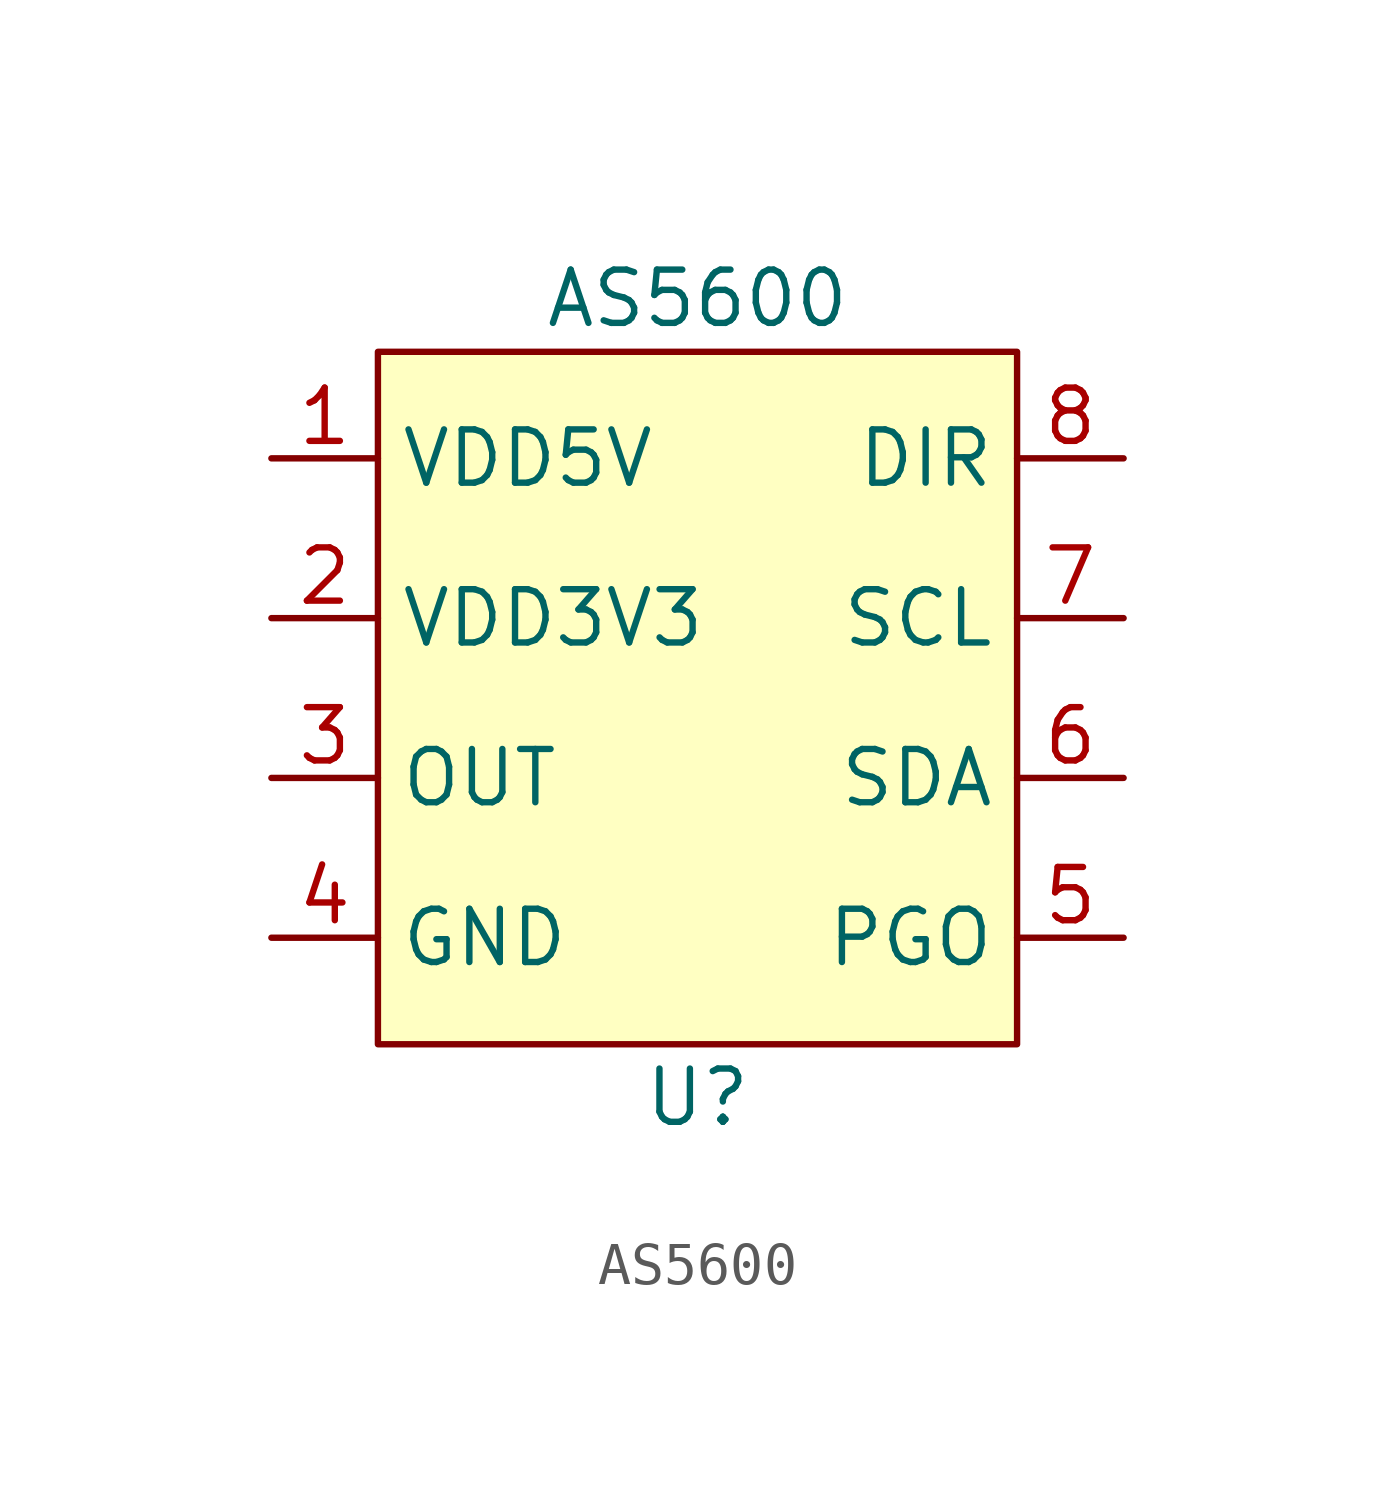
<source format=kicad_sym>
(kicad_symbol_lib
  (version 20211014)
  (generator kicad_symbol_editor)
  (symbol "AS5600"
    (property "Reference" "U"
      (at 0 -10.16 0)
      (effects (font (size 1.27 1.27))))
    (property "Value" "AS5600"
      (at 0 8.89 0)
      (effects (font (size 1.27 1.27))))
    (symbol "AS5600_0_1"
      (rectangle (start -7.62 7.62) (end 7.62 -8.89) (stroke (width 0) (type default) (color 0 0 0 0)) (fill (type background))))
    (symbol "AS5600_1_1"
      (pin power_in line (at -10.16 5.08 0) (length 2.54) (name "VDD5V" (effects (font (size 1.27 1.27)))) (number "1" (effects (font (size 1.27 1.27)))))
      (pin power_in line (at -10.16 1.27 0) (length 2.54) (name "VDD3V3" (effects (font (size 1.27 1.27)))) (number "2" (effects (font (size 1.27 1.27)))))
      (pin output line (at -10.16 -2.54 0) (length 2.54) (name "OUT" (effects (font (size 1.27 1.27)))) (number "3" (effects (font (size 1.27 1.27)))))
      (pin power_in line (at -10.16 -6.35 0) (length 2.54) (name "GND" (effects (font (size 1.27 1.27)))) (number "4" (effects (font (size 1.27 1.27)))))
      (pin input line (at 10.16 -6.35 180) (length 2.54) (name "PGO" (effects (font (size 1.27 1.27)))) (number "5" (effects (font (size 1.27 1.27)))))
      (pin bidirectional line (at 10.16 -2.54 180) (length 2.54) (name "SDA" (effects (font (size 1.27 1.27)))) (number "6" (effects (font (size 1.27 1.27)))))
      (pin input line (at 10.16 1.27 180) (length 2.54) (name "SCL" (effects (font (size 1.27 1.27)))) (number "7" (effects (font (size 1.27 1.27)))))
      (pin input line (at 10.16 5.08 180) (length 2.54) (name "DIR" (effects (font (size 1.27 1.27)))) (number "8" (effects (font (size 1.27 1.27))))))))
</source>
